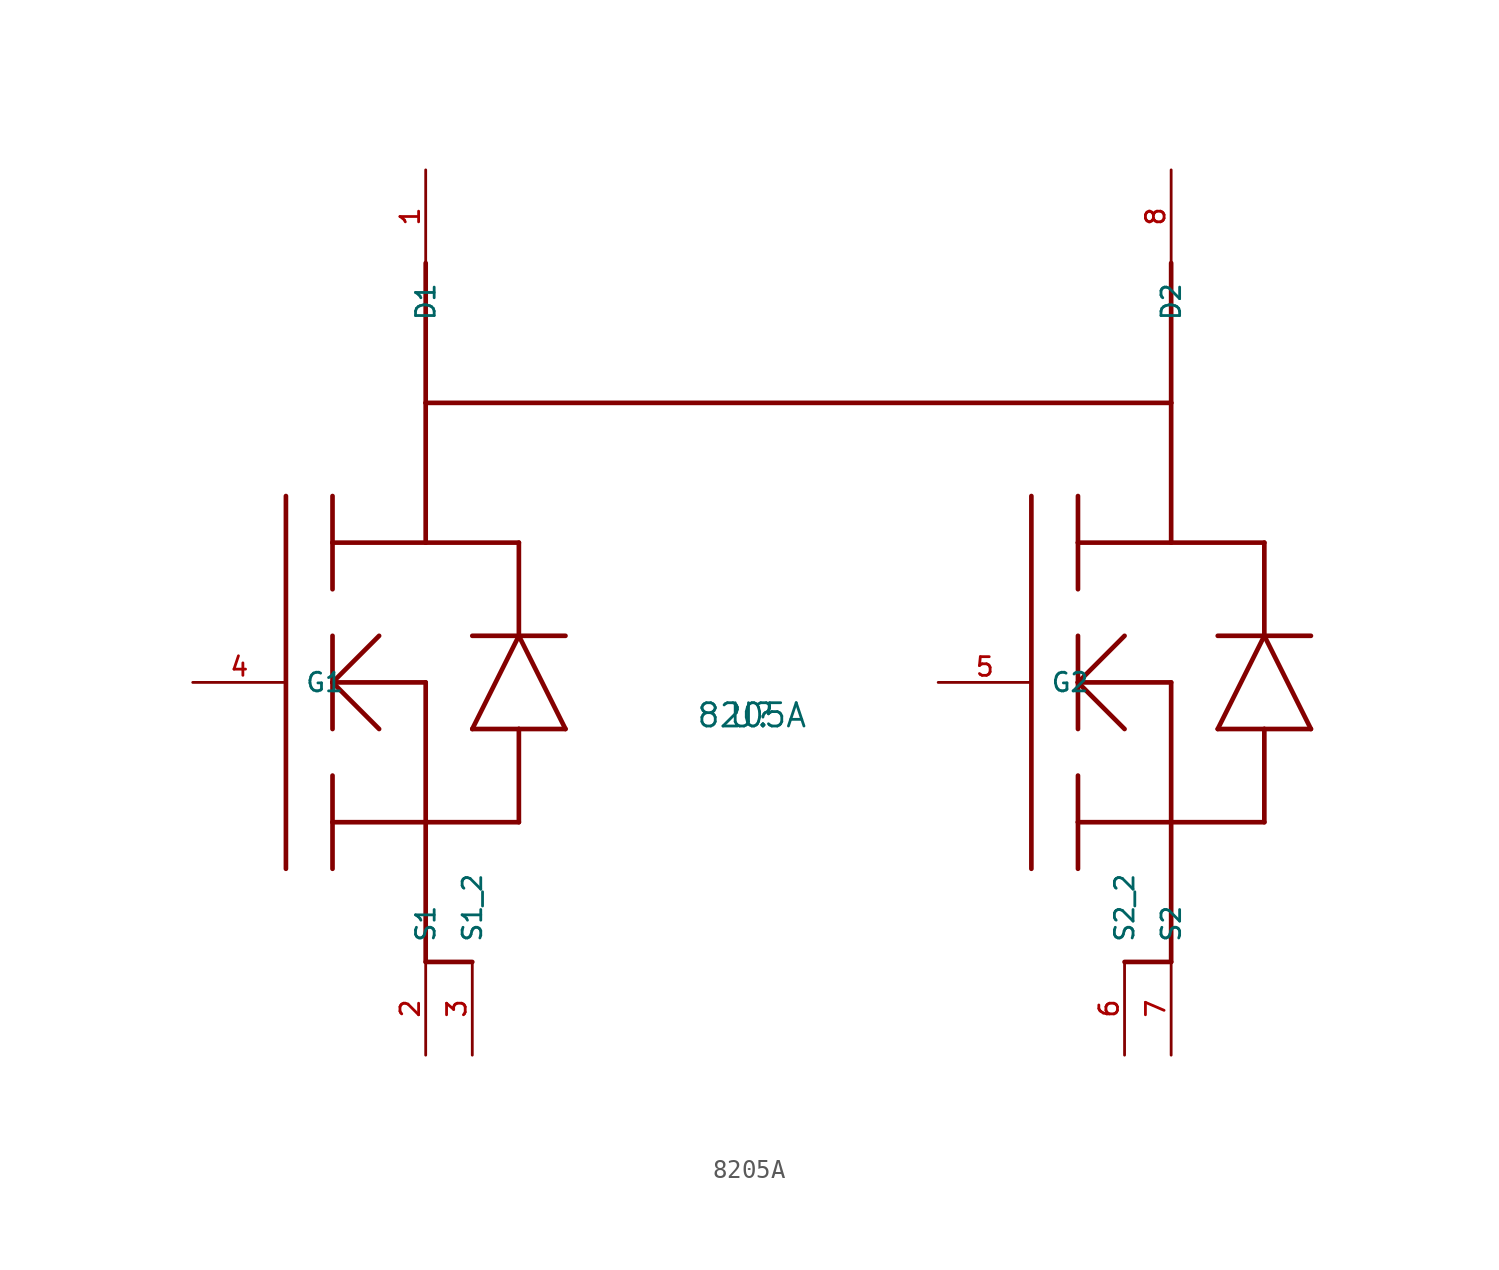
<source format=kicad_sym>
(kicad_symbol_lib
  (version 20220914)
  (generator kicad_symbol_editor)
  (symbol "8205A"
    (pin_names
      (offset 1.016))
    (property "Reference" "U"
      (at 0 0 0)
      (effects (font (size 1.27 1.27)) (justify bottom)))
    (property "Value" "8205A"
      (at 0 0 0)
      (effects (font (size 1.27 1.27)) (justify bottom)))
    (symbol "8205A_0_0"
      (polyline (pts (xy -25.4 12.7) (xy -25.4 -7.62)) (stroke (width 0.254) (type default)) (fill (type none)))
      (polyline (pts (xy -22.86 -7.62) (xy -22.86 -5.08)) (stroke (width 0.254) (type default)) (fill (type none)))
      (polyline (pts (xy -22.86 -5.08) (xy -22.86 -2.54)) (stroke (width 0.254) (type default)) (fill (type none)))
      (polyline (pts (xy -22.86 -5.08) (xy -17.78 -5.08)) (stroke (width 0.254) (type default)) (fill (type none)))
      (polyline (pts (xy -22.86 0) (xy -22.86 2.54)) (stroke (width 0.254) (type default)) (fill (type none)))
      (polyline (pts (xy -22.86 2.54) (xy -22.86 5.08)) (stroke (width 0.254) (type default)) (fill (type none)))
      (polyline (pts (xy -22.86 2.54) (xy -20.32 0)) (stroke (width 0.254) (type default)) (fill (type none)))
      (polyline (pts (xy -22.86 2.54) (xy -20.32 5.08)) (stroke (width 0.254) (type default)) (fill (type none)))
      (polyline (pts (xy -22.86 7.62) (xy -22.86 10.16)) (stroke (width 0.254) (type default)) (fill (type none)))
      (polyline (pts (xy -22.86 10.16) (xy -22.86 12.7)) (stroke (width 0.254) (type default)) (fill (type none)))
      (polyline (pts (xy -22.86 10.16) (xy -17.78 10.16)) (stroke (width 0.254) (type default)) (fill (type none)))
      (polyline (pts (xy -17.78 -5.08) (xy -17.78 -12.7)) (stroke (width 0.254) (type default)) (fill (type none)))
      (polyline (pts (xy -17.78 -5.08) (xy -17.78 2.54)) (stroke (width 0.254) (type default)) (fill (type none)))
      (polyline (pts (xy -17.78 -5.08) (xy -12.7 -5.08)) (stroke (width 0.254) (type default)) (fill (type none)))
      (polyline (pts (xy -17.78 2.54) (xy -22.86 2.54)) (stroke (width 0.254) (type default)) (fill (type none)))
      (polyline (pts (xy -17.78 10.16) (xy -17.78 17.78)) (stroke (width 0.254) (type default)) (fill (type none)))
      (polyline (pts (xy -17.78 10.16) (xy -12.7 10.16)) (stroke (width 0.254) (type default)) (fill (type none)))
      (polyline (pts (xy -17.78 17.78) (xy -17.78 25.4)) (stroke (width 0.254) (type default)) (fill (type none)))
      (polyline (pts (xy -17.78 17.78) (xy 22.86 17.78)) (stroke (width 0.254) (type default)) (fill (type none)))
      (polyline (pts (xy -15.24 -12.7) (xy -17.78 -12.7)) (stroke (width 0.254) (type default)) (fill (type none)))
      (polyline (pts (xy -15.24 0) (xy -12.7 0)) (stroke (width 0.254) (type default)) (fill (type none)))
      (polyline (pts (xy -15.24 5.08) (xy -12.7 5.08)) (stroke (width 0.254) (type default)) (fill (type none)))
      (polyline (pts (xy -12.7 -5.08) (xy -12.7 0)) (stroke (width 0.254) (type default)) (fill (type none)))
      (polyline (pts (xy -12.7 0) (xy -10.16 0)) (stroke (width 0.254) (type default)) (fill (type none)))
      (polyline (pts (xy -12.7 5.08) (xy -15.24 0)) (stroke (width 0.254) (type default)) (fill (type none)))
      (polyline (pts (xy -12.7 5.08) (xy -10.16 5.08)) (stroke (width 0.254) (type default)) (fill (type none)))
      (polyline (pts (xy -12.7 10.16) (xy -12.7 5.08)) (stroke (width 0.254) (type default)) (fill (type none)))
      (polyline (pts (xy -10.16 0) (xy -12.7 5.08)) (stroke (width 0.254) (type default)) (fill (type none)))
      (polyline (pts (xy 15.24 12.7) (xy 15.24 -7.62)) (stroke (width 0.254) (type default)) (fill (type none)))
      (polyline (pts (xy 17.78 -7.62) (xy 17.78 -5.08)) (stroke (width 0.254) (type default)) (fill (type none)))
      (polyline (pts (xy 17.78 -5.08) (xy 17.78 -2.54)) (stroke (width 0.254) (type default)) (fill (type none)))
      (polyline (pts (xy 17.78 -5.08) (xy 22.86 -5.08)) (stroke (width 0.254) (type default)) (fill (type none)))
      (polyline (pts (xy 17.78 0) (xy 17.78 2.54)) (stroke (width 0.254) (type default)) (fill (type none)))
      (polyline (pts (xy 17.78 2.54) (xy 17.78 5.08)) (stroke (width 0.254) (type default)) (fill (type none)))
      (polyline (pts (xy 17.78 2.54) (xy 20.32 0)) (stroke (width 0.254) (type default)) (fill (type none)))
      (polyline (pts (xy 17.78 2.54) (xy 20.32 5.08)) (stroke (width 0.254) (type default)) (fill (type none)))
      (polyline (pts (xy 17.78 7.62) (xy 17.78 10.16)) (stroke (width 0.254) (type default)) (fill (type none)))
      (polyline (pts (xy 17.78 10.16) (xy 17.78 12.7)) (stroke (width 0.254) (type default)) (fill (type none)))
      (polyline (pts (xy 17.78 10.16) (xy 22.86 10.16)) (stroke (width 0.254) (type default)) (fill (type none)))
      (polyline (pts (xy 20.32 -12.7) (xy 22.86 -12.7)) (stroke (width 0.254) (type default)) (fill (type none)))
      (polyline (pts (xy 22.86 -5.08) (xy 22.86 -12.7)) (stroke (width 0.254) (type default)) (fill (type none)))
      (polyline (pts (xy 22.86 -5.08) (xy 22.86 2.54)) (stroke (width 0.254) (type default)) (fill (type none)))
      (polyline (pts (xy 22.86 -5.08) (xy 27.94 -5.08)) (stroke (width 0.254) (type default)) (fill (type none)))
      (polyline (pts (xy 22.86 2.54) (xy 17.78 2.54)) (stroke (width 0.254) (type default)) (fill (type none)))
      (polyline (pts (xy 22.86 10.16) (xy 22.86 17.78)) (stroke (width 0.254) (type default)) (fill (type none)))
      (polyline (pts (xy 22.86 10.16) (xy 27.94 10.16)) (stroke (width 0.254) (type default)) (fill (type none)))
      (polyline (pts (xy 22.86 17.78) (xy 22.86 25.4)) (stroke (width 0.254) (type default)) (fill (type none)))
      (polyline (pts (xy 25.4 0) (xy 27.94 0)) (stroke (width 0.254) (type default)) (fill (type none)))
      (polyline (pts (xy 25.4 5.08) (xy 27.94 5.08)) (stroke (width 0.254) (type default)) (fill (type none)))
      (polyline (pts (xy 27.94 -5.08) (xy 27.94 0)) (stroke (width 0.254) (type default)) (fill (type none)))
      (polyline (pts (xy 27.94 0) (xy 30.48 0)) (stroke (width 0.254) (type default)) (fill (type none)))
      (polyline (pts (xy 27.94 5.08) (xy 25.4 0)) (stroke (width 0.254) (type default)) (fill (type none)))
      (polyline (pts (xy 27.94 5.08) (xy 30.48 5.08)) (stroke (width 0.254) (type default)) (fill (type none)))
      (polyline (pts (xy 27.94 10.16) (xy 27.94 5.08)) (stroke (width 0.254) (type default)) (fill (type none)))
      (polyline (pts (xy 30.48 0) (xy 27.94 5.08)) (stroke (width 0.254) (type default)) (fill (type none)))
      (pin bidirectional line (at -17.78 30.48 270) (length 5.08) (name "D1" (effects (font (size 1.016 1.016)))) (number "1" (effects (font (size 1.016 1.016)))))
      (pin bidirectional line (at -17.78 -17.78 90) (length 5.08) (name "S1" (effects (font (size 1.016 1.016)))) (number "2" (effects (font (size 1.016 1.016)))))
      (pin bidirectional line (at -15.24 -17.78 90) (length 5.08) (name "S1_2" (effects (font (size 1.016 1.016)))) (number "3" (effects (font (size 1.016 1.016)))))
      (pin bidirectional line (at -30.48 2.54 0) (length 5.08) (name "G1" (effects (font (size 1.016 1.016)))) (number "4" (effects (font (size 1.016 1.016)))))
      (pin bidirectional line (at 10.16 2.54 0) (length 5.08) (name "G2" (effects (font (size 1.016 1.016)))) (number "5" (effects (font (size 1.016 1.016)))))
      (pin bidirectional line (at 20.32 -17.78 90) (length 5.08) (name "S2_2" (effects (font (size 1.016 1.016)))) (number "6" (effects (font (size 1.016 1.016)))))
      (pin bidirectional line (at 22.86 -17.78 90) (length 5.08) (name "S2" (effects (font (size 1.016 1.016)))) (number "7" (effects (font (size 1.016 1.016)))))
      (pin bidirectional line (at 22.86 30.48 270) (length 5.08) (name "D2" (effects (font (size 1.016 1.016)))) (number "8" (effects (font (size 1.016 1.016))))))))
</source>
